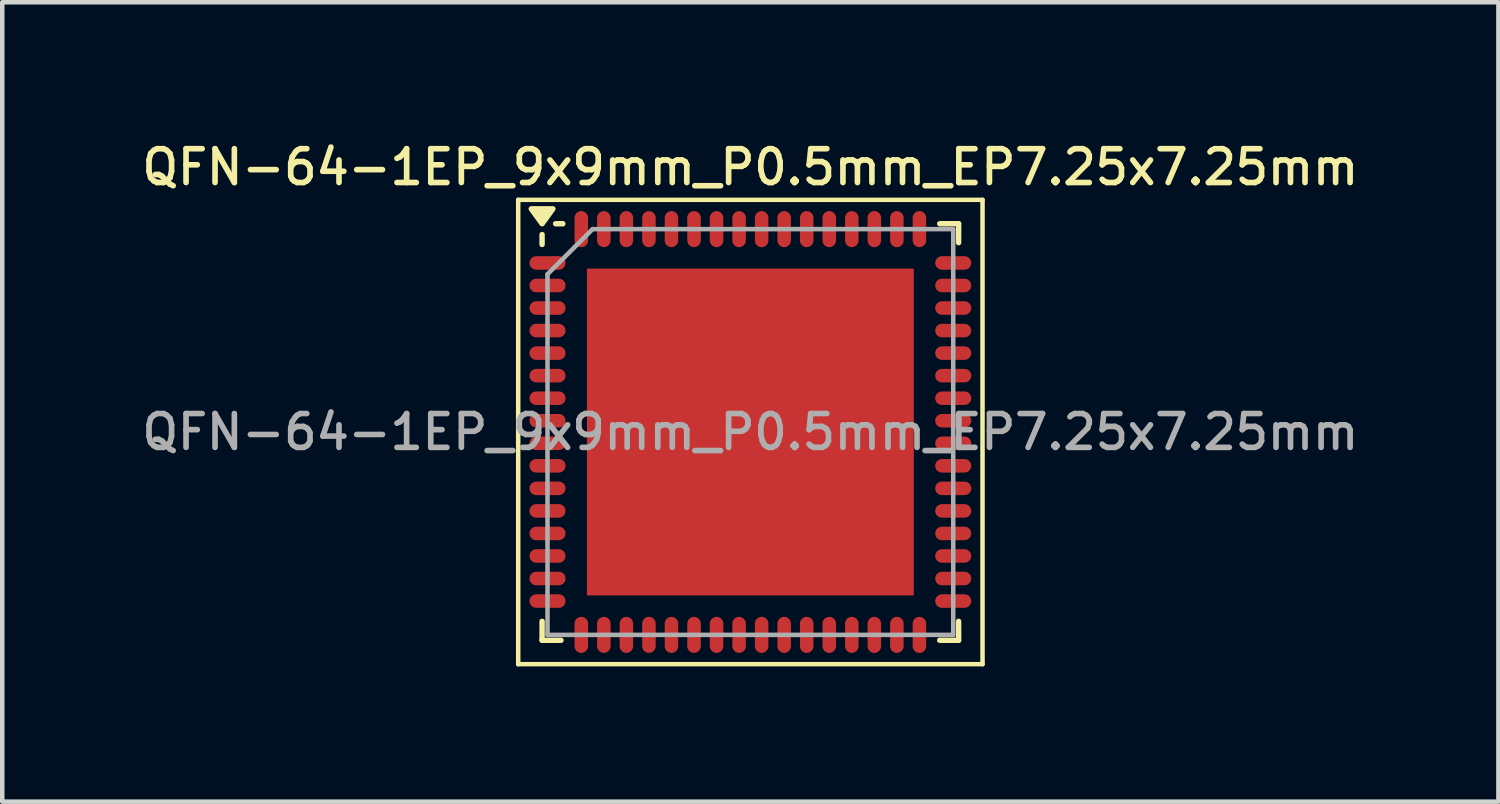
<source format=kicad_pcb>
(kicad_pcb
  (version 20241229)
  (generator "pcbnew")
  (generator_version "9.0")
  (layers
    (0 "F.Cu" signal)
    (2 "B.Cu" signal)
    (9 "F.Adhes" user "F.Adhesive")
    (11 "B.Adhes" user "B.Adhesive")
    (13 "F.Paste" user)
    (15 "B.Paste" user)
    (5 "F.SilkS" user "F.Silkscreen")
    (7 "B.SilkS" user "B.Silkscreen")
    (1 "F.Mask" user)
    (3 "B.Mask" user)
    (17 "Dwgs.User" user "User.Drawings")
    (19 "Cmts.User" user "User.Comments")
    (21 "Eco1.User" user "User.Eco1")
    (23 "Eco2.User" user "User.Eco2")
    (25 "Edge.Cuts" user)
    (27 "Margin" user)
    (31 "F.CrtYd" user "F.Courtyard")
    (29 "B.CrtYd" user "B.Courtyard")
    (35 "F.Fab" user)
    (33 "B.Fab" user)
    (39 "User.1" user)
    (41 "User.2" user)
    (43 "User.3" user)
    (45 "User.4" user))
  (footprint "QFN-64-1EP_9x9mm_P0.5mm_EP7.25x7.25mm"
    (layer "F.Cu")
    (at 13.595 6.533)
    (property "Reference" "QFN-64-1EP_9x9mm_P0.5mm_EP7.25x7.25mm" (at 0 -5.875 0) (layer "F.SilkS") (effects (font (size 0.75 0.75) (thickness 0.125))))
    (attr smd)
    (fp_line (start -5.15 -5.15) (end -5.15 5.15) (stroke (width 0.1) (type solid)) (layer "F.SilkS"))
    (fp_line (start -5.15 -5.15) (end 5.15 -5.15) (stroke (width 0.1) (type solid)) (layer "F.SilkS"))
    (fp_line (start -5.15 5.15) (end 5.15 5.15) (stroke (width 0.1) (type solid)) (layer "F.SilkS"))
    (fp_line (start -4.62 -4.16) (end -4.62 -4.38) (stroke (width 0.12) (type solid)) (layer "F.SilkS"))
    (fp_line (start -4.62 4.62) (end -4.62 4.2) (stroke (width 0.12) (type solid)) (layer "F.SilkS"))
    (fp_line (start -4.62 4.62) (end -4.2 4.62) (stroke (width 0.12) (type solid)) (layer "F.SilkS"))
    (fp_line (start -4.16 -4.62) (end -4.32 -4.62) (stroke (width 0.12) (type solid)) (layer "F.SilkS"))
    (fp_line (start 4.62 -4.62) (end 4.2 -4.62) (stroke (width 0.12) (type solid)) (layer "F.SilkS"))
    (fp_line (start 4.62 -4.62) (end 4.62 -4.2) (stroke (width 0.12) (type solid)) (layer "F.SilkS"))
    (fp_line (start 4.62 4.62) (end 4.2 4.62) (stroke (width 0.12) (type solid)) (layer "F.SilkS"))
    (fp_line (start 4.62 4.62) (end 4.62 4.2) (stroke (width 0.12) (type solid)) (layer "F.SilkS"))
    (fp_line (start 5.15 -5.15) (end 5.15 5.15) (stroke (width 0.1) (type solid)) (layer "F.SilkS"))
    (fp_poly (pts (xy -4.62 -4.62) (xy -4.86 -4.95) (xy -4.38 -4.95) (xy -4.62 -4.62)) (stroke (width 0.12) (type solid)) (fill yes) (layer "F.SilkS"))
    (fp_line (start -4.5 -3.5) (end -3.5 -4.5) (stroke (width 0.1) (type solid)) (layer "F.Fab"))
    (fp_line (start -4.5 4.5) (end -4.5 -3.5) (stroke (width 0.1) (type solid)) (layer "F.Fab"))
    (fp_line (start -3.5 -4.5) (end 4.5 -4.5) (stroke (width 0.1) (type solid)) (layer "F.Fab"))
    (fp_line (start 4.5 -4.5) (end 4.5 4.5) (stroke (width 0.1) (type solid)) (layer "F.Fab"))
    (fp_line (start 4.5 4.5) (end -4.5 4.5) (stroke (width 0.1) (type solid)) (layer "F.Fab"))
    (fp_text user "${REFERENCE}" (at 0 0 0) (layer "F.Fab") (effects (font (size 0.75 0.75) (thickness 0.125))))
    (pad "" smd rect (at -2.8 -2.8) (size 1.19 1.19) (layers "F.Paste"))
    (pad "" smd rect (at -2.8 -1.4) (size 1.19 1.19) (layers "F.Paste"))
    (pad "" smd rect (at -2.8 0) (size 1.19 1.19) (layers "F.Paste"))
    (pad "" smd rect (at -2.8 1.4) (size 1.19 1.19) (layers "F.Paste"))
    (pad "" smd rect (at -2.8 2.8) (size 1.19 1.19) (layers "F.Paste"))
    (pad "" smd rect (at -1.4 -2.8) (size 1.19 1.19) (layers "F.Paste"))
    (pad "" smd rect (at -1.4 -1.4) (size 1.19 1.19) (layers "F.Paste"))
    (pad "" smd rect (at -1.4 0) (size 1.19 1.19) (layers "F.Paste"))
    (pad "" smd rect (at -1.4 1.4) (size 1.19 1.19) (layers "F.Paste"))
    (pad "" smd rect (at -1.4 2.8) (size 1.19 1.19) (layers "F.Paste"))
    (pad "" smd rect (at 0 -2.8) (size 1.19 1.19) (layers "F.Paste"))
    (pad "" smd rect (at 0 -1.4) (size 1.19 1.19) (layers "F.Paste"))
    (pad "" smd rect (at 0 0) (size 1.19 1.19) (layers "F.Paste"))
    (pad "" smd rect (at 0 1.4) (size 1.19 1.19) (layers "F.Paste"))
    (pad "" smd rect (at 0 2.8) (size 1.19 1.19) (layers "F.Paste"))
    (pad "" smd rect (at 1.4 -2.8) (size 1.19 1.19) (layers "F.Paste"))
    (pad "" smd rect (at 1.4 -1.4) (size 1.19 1.19) (layers "F.Paste"))
    (pad "" smd rect (at 1.4 0) (size 1.19 1.19) (layers "F.Paste"))
    (pad "" smd rect (at 1.4 1.4) (size 1.19 1.19) (layers "F.Paste"))
    (pad "" smd rect (at 1.4 2.8) (size 1.19 1.19) (layers "F.Paste"))
    (pad "" smd rect (at 2.8 -2.8) (size 1.19 1.19) (layers "F.Paste"))
    (pad "" smd rect (at 2.8 -1.4) (size 1.19 1.19) (layers "F.Paste"))
    (pad "" smd rect (at 2.8 0) (size 1.19 1.19) (layers "F.Paste"))
    (pad "" smd rect (at 2.8 1.4) (size 1.19 1.19) (layers "F.Paste"))
    (pad "" smd rect (at 2.8 2.8) (size 1.19 1.19) (layers "F.Paste"))
    (pad "1" smd oval (at -4.5 -3.75) (size 0.8 0.3) (layers "F.Cu" "F.Mask" "F.Paste"))
    (pad "2" smd oval (at -4.5 -3.25) (size 0.8 0.3) (layers "F.Cu" "F.Mask" "F.Paste"))
    (pad "3" smd oval (at -4.5 -2.75) (size 0.8 0.3) (layers "F.Cu" "F.Mask" "F.Paste"))
    (pad "4" smd oval (at -4.5 -2.25) (size 0.8 0.3) (layers "F.Cu" "F.Mask" "F.Paste"))
    (pad "5" smd oval (at -4.5 -1.75) (size 0.8 0.3) (layers "F.Cu" "F.Mask" "F.Paste"))
    (pad "6" smd oval (at -4.5 -1.25) (size 0.8 0.3) (layers "F.Cu" "F.Mask" "F.Paste"))
    (pad "7" smd oval (at -4.5 -0.75) (size 0.8 0.3) (layers "F.Cu" "F.Mask" "F.Paste"))
    (pad "8" smd oval (at -4.5 -0.25) (size 0.8 0.3) (layers "F.Cu" "F.Mask" "F.Paste"))
    (pad "9" smd oval (at -4.5 0.25) (size 0.8 0.3) (layers "F.Cu" "F.Mask" "F.Paste"))
    (pad "10" smd oval (at -4.5 0.75) (size 0.8 0.3) (layers "F.Cu" "F.Mask" "F.Paste"))
    (pad "11" smd oval (at -4.5 1.25) (size 0.8 0.3) (layers "F.Cu" "F.Mask" "F.Paste"))
    (pad "12" smd oval (at -4.5 1.75) (size 0.8 0.3) (layers "F.Cu" "F.Mask" "F.Paste"))
    (pad "13" smd oval (at -4.5 2.25) (size 0.8 0.3) (layers "F.Cu" "F.Mask" "F.Paste"))
    (pad "14" smd oval (at -4.5 2.75) (size 0.8 0.3) (layers "F.Cu" "F.Mask" "F.Paste"))
    (pad "15" smd oval (at -4.5 3.25) (size 0.8 0.3) (layers "F.Cu" "F.Mask" "F.Paste"))
    (pad "16" smd oval (at -4.5 3.75) (size 0.8 0.3) (layers "F.Cu" "F.Mask" "F.Paste"))
    (pad "17" smd oval (at -3.75 4.5 90) (size 0.8 0.3) (layers "F.Cu" "F.Mask" "F.Paste"))
    (pad "18" smd oval (at -3.25 4.5 90) (size 0.8 0.3) (layers "F.Cu" "F.Mask" "F.Paste"))
    (pad "19" smd oval (at -2.75 4.5 90) (size 0.8 0.3) (layers "F.Cu" "F.Mask" "F.Paste"))
    (pad "20" smd oval (at -2.25 4.5 90) (size 0.8 0.3) (layers "F.Cu" "F.Mask" "F.Paste"))
    (pad "21" smd oval (at -1.75 4.5 90) (size 0.8 0.3) (layers "F.Cu" "F.Mask" "F.Paste"))
    (pad "22" smd oval (at -1.25 4.5 90) (size 0.8 0.3) (layers "F.Cu" "F.Mask" "F.Paste"))
    (pad "23" smd oval (at -0.75 4.5 90) (size 0.8 0.3) (layers "F.Cu" "F.Mask" "F.Paste"))
    (pad "24" smd oval (at -0.25 4.5 90) (size 0.8 0.3) (layers "F.Cu" "F.Mask" "F.Paste"))
    (pad "25" smd oval (at 0.25 4.5 90) (size 0.8 0.3) (layers "F.Cu" "F.Mask" "F.Paste"))
    (pad "26" smd oval (at 0.75 4.5 90) (size 0.8 0.3) (layers "F.Cu" "F.Mask" "F.Paste"))
    (pad "27" smd oval (at 1.25 4.5 90) (size 0.8 0.3) (layers "F.Cu" "F.Mask" "F.Paste"))
    (pad "28" smd oval (at 1.75 4.5 90) (size 0.8 0.3) (layers "F.Cu" "F.Mask" "F.Paste"))
    (pad "29" smd oval (at 2.25 4.5 90) (size 0.8 0.3) (layers "F.Cu" "F.Mask" "F.Paste"))
    (pad "30" smd oval (at 2.75 4.5 90) (size 0.8 0.3) (layers "F.Cu" "F.Mask" "F.Paste"))
    (pad "31" smd oval (at 3.25 4.5 90) (size 0.8 0.3) (layers "F.Cu" "F.Mask" "F.Paste"))
    (pad "32" smd oval (at 3.75 4.5 90) (size 0.8 0.3) (layers "F.Cu" "F.Mask" "F.Paste"))
    (pad "33" smd oval (at 4.5 3.75) (size 0.8 0.3) (layers "F.Cu" "F.Mask" "F.Paste"))
    (pad "34" smd oval (at 4.5 3.25) (size 0.8 0.3) (layers "F.Cu" "F.Mask" "F.Paste"))
    (pad "35" smd oval (at 4.5 2.75) (size 0.8 0.3) (layers "F.Cu" "F.Mask" "F.Paste"))
    (pad "36" smd oval (at 4.5 2.25) (size 0.8 0.3) (layers "F.Cu" "F.Mask" "F.Paste"))
    (pad "37" smd oval (at 4.5 1.75) (size 0.8 0.3) (layers "F.Cu" "F.Mask" "F.Paste"))
    (pad "38" smd oval (at 4.5 1.25) (size 0.8 0.3) (layers "F.Cu" "F.Mask" "F.Paste"))
    (pad "39" smd oval (at 4.5 0.75) (size 0.8 0.3) (layers "F.Cu" "F.Mask" "F.Paste"))
    (pad "40" smd oval (at 4.5 0.25) (size 0.8 0.3) (layers "F.Cu" "F.Mask" "F.Paste"))
    (pad "41" smd oval (at 4.5 -0.25) (size 0.8 0.3) (layers "F.Cu" "F.Mask" "F.Paste"))
    (pad "42" smd oval (at 4.5 -0.75) (size 0.8 0.3) (layers "F.Cu" "F.Mask" "F.Paste"))
    (pad "43" smd oval (at 4.5 -1.25) (size 0.8 0.3) (layers "F.Cu" "F.Mask" "F.Paste"))
    (pad "44" smd oval (at 4.5 -1.75) (size 0.8 0.3) (layers "F.Cu" "F.Mask" "F.Paste"))
    (pad "45" smd oval (at 4.5 -2.25) (size 0.8 0.3) (layers "F.Cu" "F.Mask" "F.Paste"))
    (pad "46" smd oval (at 4.5 -2.75) (size 0.8 0.3) (layers "F.Cu" "F.Mask" "F.Paste"))
    (pad "47" smd oval (at 4.5 -3.25) (size 0.8 0.3) (layers "F.Cu" "F.Mask" "F.Paste"))
    (pad "48" smd oval (at 4.5 -3.75) (size 0.8 0.3) (layers "F.Cu" "F.Mask" "F.Paste"))
    (pad "49" smd oval (at 3.75 -4.5 90) (size 0.8 0.3) (layers "F.Cu" "F.Mask" "F.Paste"))
    (pad "50" smd oval (at 3.25 -4.5 90) (size 0.8 0.3) (layers "F.Cu" "F.Mask" "F.Paste"))
    (pad "51" smd oval (at 2.75 -4.5 90) (size 0.8 0.3) (layers "F.Cu" "F.Mask" "F.Paste"))
    (pad "52" smd oval (at 2.25 -4.5 90) (size 0.8 0.3) (layers "F.Cu" "F.Mask" "F.Paste"))
    (pad "53" smd oval (at 1.75 -4.5 90) (size 0.8 0.3) (layers "F.Cu" "F.Mask" "F.Paste"))
    (pad "54" smd oval (at 1.25 -4.5 90) (size 0.8 0.3) (layers "F.Cu" "F.Mask" "F.Paste"))
    (pad "55" smd oval (at 0.75 -4.5 90) (size 0.8 0.3) (layers "F.Cu" "F.Mask" "F.Paste"))
    (pad "56" smd oval (at 0.25 -4.5 90) (size 0.8 0.3) (layers "F.Cu" "F.Mask" "F.Paste"))
    (pad "57" smd oval (at -0.25 -4.5 90) (size 0.8 0.3) (layers "F.Cu" "F.Mask" "F.Paste"))
    (pad "58" smd oval (at -0.75 -4.5 90) (size 0.8 0.3) (layers "F.Cu" "F.Mask" "F.Paste"))
    (pad "59" smd oval (at -1.25 -4.5 90) (size 0.8 0.3) (layers "F.Cu" "F.Mask" "F.Paste"))
    (pad "60" smd oval (at -1.75 -4.5 90) (size 0.8 0.3) (layers "F.Cu" "F.Mask" "F.Paste"))
    (pad "61" smd oval (at -2.25 -4.5 90) (size 0.8 0.3) (layers "F.Cu" "F.Mask" "F.Paste"))
    (pad "62" smd oval (at -2.75 -4.5 90) (size 0.8 0.3) (layers "F.Cu" "F.Mask" "F.Paste"))
    (pad "63" smd oval (at -3.25 -4.5 90) (size 0.8 0.3) (layers "F.Cu" "F.Mask" "F.Paste"))
    (pad "64" smd oval (at -3.75 -4.5 90) (size 0.8 0.3) (layers "F.Cu" "F.Mask" "F.Paste"))
    (pad "65" smd rect (at 0 0) (size 7.25 7.25) (layers "F.Cu" "F.Mask")))
  (gr_rect
    (start -3 -3)
    (end 30.189 14.733)
    (stroke (width 0.1) (type default))
    (fill no)
    (layer "Edge.Cuts")))
</source>
